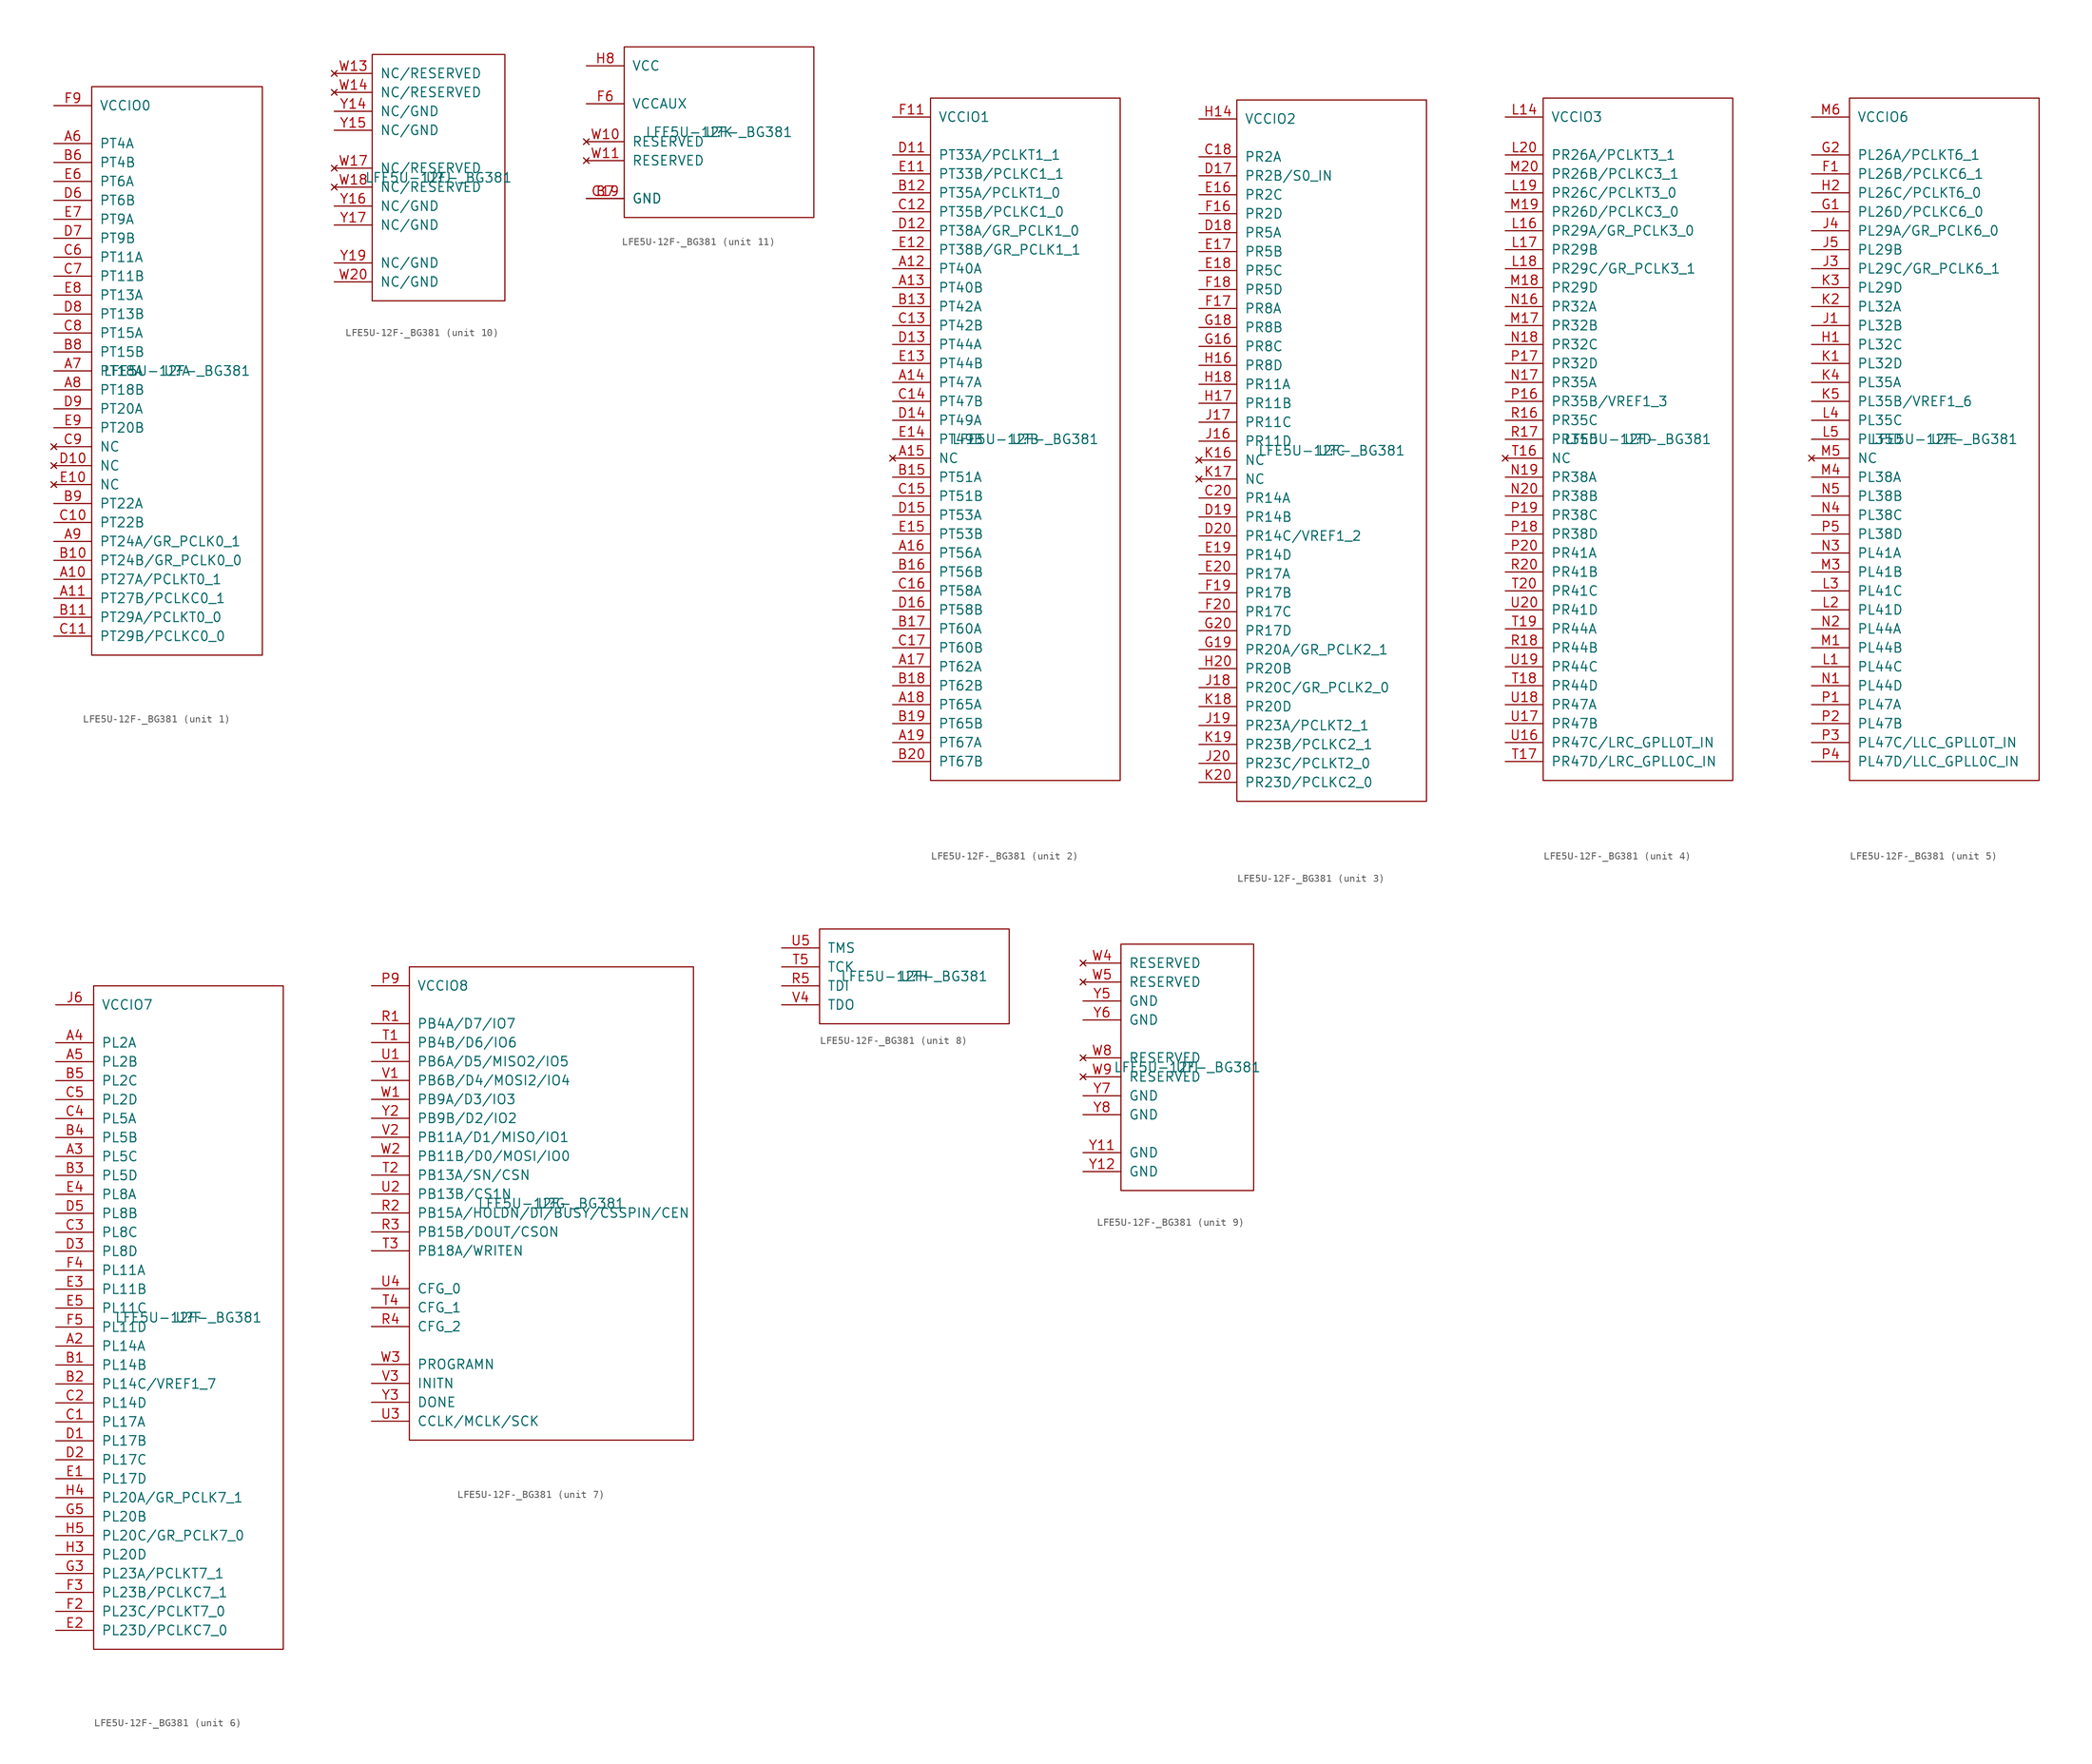
<source format=kicad_sym>
(kicad_symbol_lib
  (version 20201005)
  (generator kicad_symbol_editor)
  (symbol "lattice:LFE5U-12F-_BG381"
    (pin_names
      (offset 1.016))
    (property "Reference" "U"
      (at 0 0 0)
      (effects (font (size 1.27 1.27))))
    (property "Value" "LFE5U-12F-_BG381"
      (at 0 0 0)
      (effects (font (size 1.27 1.27))))
    (property "ki_locked" ""
      (at 0 0 0)
      (effects (font (size 1.27 1.27))))
    (symbol "LFE5U-12F-_BG381_1_1"
      (rectangle (start -11.43 38.1) (end 11.43 -38.1) (stroke (width 0)) (fill (type none)))
      (pin bidirectional line (at -16.51 -27.94 0) (length 5.08) (name "PT27A/PCLKT0_1" (effects (font (size 1.27 1.27)))) (number "A10" (effects (font (size 1.27 1.27)))))
      (pin bidirectional line (at -16.51 -30.48 0) (length 5.08) (name "PT27B/PCLKC0_1" (effects (font (size 1.27 1.27)))) (number "A11" (effects (font (size 1.27 1.27)))))
      (pin bidirectional line (at -16.51 30.48 0) (length 5.08) (name "PT4A" (effects (font (size 1.27 1.27)))) (number "A6" (effects (font (size 1.27 1.27)))))
      (pin bidirectional line (at -16.51 0 0) (length 5.08) (name "PT18A" (effects (font (size 1.27 1.27)))) (number "A7" (effects (font (size 1.27 1.27)))))
      (pin bidirectional line (at -16.51 -2.54 0) (length 5.08) (name "PT18B" (effects (font (size 1.27 1.27)))) (number "A8" (effects (font (size 1.27 1.27)))))
      (pin bidirectional line (at -16.51 -22.86 0) (length 5.08) (name "PT24A/GR_PCLK0_1" (effects (font (size 1.27 1.27)))) (number "A9" (effects (font (size 1.27 1.27)))))
      (pin bidirectional line (at -16.51 -25.4 0) (length 5.08) (name "PT24B/GR_PCLK0_0" (effects (font (size 1.27 1.27)))) (number "B10" (effects (font (size 1.27 1.27)))))
      (pin bidirectional line (at -16.51 -33.02 0) (length 5.08) (name "PT29A/PCLKT0_0" (effects (font (size 1.27 1.27)))) (number "B11" (effects (font (size 1.27 1.27)))))
      (pin bidirectional line (at -16.51 27.94 0) (length 5.08) (name "PT4B" (effects (font (size 1.27 1.27)))) (number "B6" (effects (font (size 1.27 1.27)))))
      (pin bidirectional line (at -16.51 2.54 0) (length 5.08) (name "PT15B" (effects (font (size 1.27 1.27)))) (number "B8" (effects (font (size 1.27 1.27)))))
      (pin bidirectional line (at -16.51 -17.78 0) (length 5.08) (name "PT22A" (effects (font (size 1.27 1.27)))) (number "B9" (effects (font (size 1.27 1.27)))))
      (pin bidirectional line (at -16.51 -20.32 0) (length 5.08) (name "PT22B" (effects (font (size 1.27 1.27)))) (number "C10" (effects (font (size 1.27 1.27)))))
      (pin bidirectional line (at -16.51 -35.56 0) (length 5.08) (name "PT29B/PCLKC0_0" (effects (font (size 1.27 1.27)))) (number "C11" (effects (font (size 1.27 1.27)))))
      (pin bidirectional line (at -16.51 15.24 0) (length 5.08) (name "PT11A" (effects (font (size 1.27 1.27)))) (number "C6" (effects (font (size 1.27 1.27)))))
      (pin bidirectional line (at -16.51 12.7 0) (length 5.08) (name "PT11B" (effects (font (size 1.27 1.27)))) (number "C7" (effects (font (size 1.27 1.27)))))
      (pin bidirectional line (at -16.51 5.08 0) (length 5.08) (name "PT15A" (effects (font (size 1.27 1.27)))) (number "C8" (effects (font (size 1.27 1.27)))))
      (pin no_connect line (at -16.51 -10.16 0) (length 5.08) (name "NC" (effects (font (size 1.27 1.27)))) (number "C9" (effects (font (size 1.27 1.27)))))
      (pin no_connect line (at -16.51 -12.7 0) (length 5.08) (name "NC" (effects (font (size 1.27 1.27)))) (number "D10" (effects (font (size 1.27 1.27)))))
      (pin bidirectional line (at -16.51 22.86 0) (length 5.08) (name "PT6B" (effects (font (size 1.27 1.27)))) (number "D6" (effects (font (size 1.27 1.27)))))
      (pin bidirectional line (at -16.51 17.78 0) (length 5.08) (name "PT9B" (effects (font (size 1.27 1.27)))) (number "D7" (effects (font (size 1.27 1.27)))))
      (pin bidirectional line (at -16.51 7.62 0) (length 5.08) (name "PT13B" (effects (font (size 1.27 1.27)))) (number "D8" (effects (font (size 1.27 1.27)))))
      (pin bidirectional line (at -16.51 -5.08 0) (length 5.08) (name "PT20A" (effects (font (size 1.27 1.27)))) (number "D9" (effects (font (size 1.27 1.27)))))
      (pin no_connect line (at -16.51 -15.24 0) (length 5.08) (name "NC" (effects (font (size 1.27 1.27)))) (number "E10" (effects (font (size 1.27 1.27)))))
      (pin bidirectional line (at -16.51 25.4 0) (length 5.08) (name "PT6A" (effects (font (size 1.27 1.27)))) (number "E6" (effects (font (size 1.27 1.27)))))
      (pin bidirectional line (at -16.51 20.32 0) (length 5.08) (name "PT9A" (effects (font (size 1.27 1.27)))) (number "E7" (effects (font (size 1.27 1.27)))))
      (pin bidirectional line (at -16.51 10.16 0) (length 5.08) (name "PT13A" (effects (font (size 1.27 1.27)))) (number "E8" (effects (font (size 1.27 1.27)))))
      (pin bidirectional line (at -16.51 -7.62 0) (length 5.08) (name "PT20B" (effects (font (size 1.27 1.27)))) (number "E9" (effects (font (size 1.27 1.27)))))
      (pin passive line (at -16.51 35.56 0) (length 5.08) hide (name "VCCIO0" (effects (font (size 1.27 1.27)))) (number "F10" (effects (font (size 1.27 1.27)))))
      (pin power_in line (at -16.51 35.56 0) (length 5.08) (name "VCCIO0" (effects (font (size 1.27 1.27)))) (number "F9" (effects (font (size 1.27 1.27))))))
    (symbol "LFE5U-12F-_BG381_2_1"
      (rectangle (start -12.7 45.72) (end 12.7 -45.72) (stroke (width 0)) (fill (type none)))
      (pin bidirectional line (at -17.78 22.86 0) (length 5.08) (name "PT40A" (effects (font (size 1.27 1.27)))) (number "A12" (effects (font (size 1.27 1.27)))))
      (pin bidirectional line (at -17.78 20.32 0) (length 5.08) (name "PT40B" (effects (font (size 1.27 1.27)))) (number "A13" (effects (font (size 1.27 1.27)))))
      (pin bidirectional line (at -17.78 7.62 0) (length 5.08) (name "PT47A" (effects (font (size 1.27 1.27)))) (number "A14" (effects (font (size 1.27 1.27)))))
      (pin no_connect line (at -17.78 -2.54 0) (length 5.08) (name "NC" (effects (font (size 1.27 1.27)))) (number "A15" (effects (font (size 1.27 1.27)))))
      (pin bidirectional line (at -17.78 -15.24 0) (length 5.08) (name "PT56A" (effects (font (size 1.27 1.27)))) (number "A16" (effects (font (size 1.27 1.27)))))
      (pin bidirectional line (at -17.78 -30.48 0) (length 5.08) (name "PT62A" (effects (font (size 1.27 1.27)))) (number "A17" (effects (font (size 1.27 1.27)))))
      (pin bidirectional line (at -17.78 -35.56 0) (length 5.08) (name "PT65A" (effects (font (size 1.27 1.27)))) (number "A18" (effects (font (size 1.27 1.27)))))
      (pin bidirectional line (at -17.78 -40.64 0) (length 5.08) (name "PT67A" (effects (font (size 1.27 1.27)))) (number "A19" (effects (font (size 1.27 1.27)))))
      (pin bidirectional line (at -17.78 33.02 0) (length 5.08) (name "PT35A/PCLKT1_0" (effects (font (size 1.27 1.27)))) (number "B12" (effects (font (size 1.27 1.27)))))
      (pin bidirectional line (at -17.78 17.78 0) (length 5.08) (name "PT42A" (effects (font (size 1.27 1.27)))) (number "B13" (effects (font (size 1.27 1.27)))))
      (pin bidirectional line (at -17.78 -5.08 0) (length 5.08) (name "PT51A" (effects (font (size 1.27 1.27)))) (number "B15" (effects (font (size 1.27 1.27)))))
      (pin bidirectional line (at -17.78 -17.78 0) (length 5.08) (name "PT56B" (effects (font (size 1.27 1.27)))) (number "B16" (effects (font (size 1.27 1.27)))))
      (pin bidirectional line (at -17.78 -25.4 0) (length 5.08) (name "PT60A" (effects (font (size 1.27 1.27)))) (number "B17" (effects (font (size 1.27 1.27)))))
      (pin bidirectional line (at -17.78 -33.02 0) (length 5.08) (name "PT62B" (effects (font (size 1.27 1.27)))) (number "B18" (effects (font (size 1.27 1.27)))))
      (pin bidirectional line (at -17.78 -38.1 0) (length 5.08) (name "PT65B" (effects (font (size 1.27 1.27)))) (number "B19" (effects (font (size 1.27 1.27)))))
      (pin bidirectional line (at -17.78 -43.18 0) (length 5.08) (name "PT67B" (effects (font (size 1.27 1.27)))) (number "B20" (effects (font (size 1.27 1.27)))))
      (pin bidirectional line (at -17.78 30.48 0) (length 5.08) (name "PT35B/PCLKC1_0" (effects (font (size 1.27 1.27)))) (number "C12" (effects (font (size 1.27 1.27)))))
      (pin bidirectional line (at -17.78 15.24 0) (length 5.08) (name "PT42B" (effects (font (size 1.27 1.27)))) (number "C13" (effects (font (size 1.27 1.27)))))
      (pin bidirectional line (at -17.78 5.08 0) (length 5.08) (name "PT47B" (effects (font (size 1.27 1.27)))) (number "C14" (effects (font (size 1.27 1.27)))))
      (pin bidirectional line (at -17.78 -7.62 0) (length 5.08) (name "PT51B" (effects (font (size 1.27 1.27)))) (number "C15" (effects (font (size 1.27 1.27)))))
      (pin bidirectional line (at -17.78 -20.32 0) (length 5.08) (name "PT58A" (effects (font (size 1.27 1.27)))) (number "C16" (effects (font (size 1.27 1.27)))))
      (pin bidirectional line (at -17.78 -27.94 0) (length 5.08) (name "PT60B" (effects (font (size 1.27 1.27)))) (number "C17" (effects (font (size 1.27 1.27)))))
      (pin bidirectional line (at -17.78 38.1 0) (length 5.08) (name "PT33A/PCLKT1_1" (effects (font (size 1.27 1.27)))) (number "D11" (effects (font (size 1.27 1.27)))))
      (pin bidirectional line (at -17.78 27.94 0) (length 5.08) (name "PT38A/GR_PCLK1_0" (effects (font (size 1.27 1.27)))) (number "D12" (effects (font (size 1.27 1.27)))))
      (pin bidirectional line (at -17.78 12.7 0) (length 5.08) (name "PT44A" (effects (font (size 1.27 1.27)))) (number "D13" (effects (font (size 1.27 1.27)))))
      (pin bidirectional line (at -17.78 2.54 0) (length 5.08) (name "PT49A" (effects (font (size 1.27 1.27)))) (number "D14" (effects (font (size 1.27 1.27)))))
      (pin bidirectional line (at -17.78 -10.16 0) (length 5.08) (name "PT53A" (effects (font (size 1.27 1.27)))) (number "D15" (effects (font (size 1.27 1.27)))))
      (pin bidirectional line (at -17.78 -22.86 0) (length 5.08) (name "PT58B" (effects (font (size 1.27 1.27)))) (number "D16" (effects (font (size 1.27 1.27)))))
      (pin bidirectional line (at -17.78 35.56 0) (length 5.08) (name "PT33B/PCLKC1_1" (effects (font (size 1.27 1.27)))) (number "E11" (effects (font (size 1.27 1.27)))))
      (pin bidirectional line (at -17.78 25.4 0) (length 5.08) (name "PT38B/GR_PCLK1_1" (effects (font (size 1.27 1.27)))) (number "E12" (effects (font (size 1.27 1.27)))))
      (pin bidirectional line (at -17.78 10.16 0) (length 5.08) (name "PT44B" (effects (font (size 1.27 1.27)))) (number "E13" (effects (font (size 1.27 1.27)))))
      (pin bidirectional line (at -17.78 0 0) (length 5.08) (name "PT49B" (effects (font (size 1.27 1.27)))) (number "E14" (effects (font (size 1.27 1.27)))))
      (pin bidirectional line (at -17.78 -12.7 0) (length 5.08) (name "PT53B" (effects (font (size 1.27 1.27)))) (number "E15" (effects (font (size 1.27 1.27)))))
      (pin power_in line (at -17.78 43.18 0) (length 5.08) (name "VCCIO1" (effects (font (size 1.27 1.27)))) (number "F11" (effects (font (size 1.27 1.27)))))
      (pin passive line (at -17.78 43.18 0) (length 5.08) hide (name "VCCIO1" (effects (font (size 1.27 1.27)))) (number "F12" (effects (font (size 1.27 1.27))))))
    (symbol "LFE5U-12F-_BG381_3_1"
      (rectangle (start -12.7 46.99) (end 12.7 -46.99) (stroke (width 0)) (fill (type none)))
      (pin bidirectional line (at -17.78 39.37 0) (length 5.08) (name "PR2A" (effects (font (size 1.27 1.27)))) (number "C18" (effects (font (size 1.27 1.27)))))
      (pin bidirectional line (at -17.78 -6.35 0) (length 5.08) (name "PR14A" (effects (font (size 1.27 1.27)))) (number "C20" (effects (font (size 1.27 1.27)))))
      (pin bidirectional line (at -17.78 36.83 0) (length 5.08) (name "PR2B/S0_IN" (effects (font (size 1.27 1.27)))) (number "D17" (effects (font (size 1.27 1.27)))))
      (pin bidirectional line (at -17.78 29.21 0) (length 5.08) (name "PR5A" (effects (font (size 1.27 1.27)))) (number "D18" (effects (font (size 1.27 1.27)))))
      (pin bidirectional line (at -17.78 -8.89 0) (length 5.08) (name "PR14B" (effects (font (size 1.27 1.27)))) (number "D19" (effects (font (size 1.27 1.27)))))
      (pin bidirectional line (at -17.78 -11.43 0) (length 5.08) (name "PR14C/VREF1_2" (effects (font (size 1.27 1.27)))) (number "D20" (effects (font (size 1.27 1.27)))))
      (pin bidirectional line (at -17.78 34.29 0) (length 5.08) (name "PR2C" (effects (font (size 1.27 1.27)))) (number "E16" (effects (font (size 1.27 1.27)))))
      (pin bidirectional line (at -17.78 26.67 0) (length 5.08) (name "PR5B" (effects (font (size 1.27 1.27)))) (number "E17" (effects (font (size 1.27 1.27)))))
      (pin bidirectional line (at -17.78 24.13 0) (length 5.08) (name "PR5C" (effects (font (size 1.27 1.27)))) (number "E18" (effects (font (size 1.27 1.27)))))
      (pin bidirectional line (at -17.78 -13.97 0) (length 5.08) (name "PR14D" (effects (font (size 1.27 1.27)))) (number "E19" (effects (font (size 1.27 1.27)))))
      (pin bidirectional line (at -17.78 -16.51 0) (length 5.08) (name "PR17A" (effects (font (size 1.27 1.27)))) (number "E20" (effects (font (size 1.27 1.27)))))
      (pin bidirectional line (at -17.78 31.75 0) (length 5.08) (name "PR2D" (effects (font (size 1.27 1.27)))) (number "F16" (effects (font (size 1.27 1.27)))))
      (pin bidirectional line (at -17.78 19.05 0) (length 5.08) (name "PR8A" (effects (font (size 1.27 1.27)))) (number "F17" (effects (font (size 1.27 1.27)))))
      (pin bidirectional line (at -17.78 21.59 0) (length 5.08) (name "PR5D" (effects (font (size 1.27 1.27)))) (number "F18" (effects (font (size 1.27 1.27)))))
      (pin bidirectional line (at -17.78 -19.05 0) (length 5.08) (name "PR17B" (effects (font (size 1.27 1.27)))) (number "F19" (effects (font (size 1.27 1.27)))))
      (pin bidirectional line (at -17.78 -21.59 0) (length 5.08) (name "PR17C" (effects (font (size 1.27 1.27)))) (number "F20" (effects (font (size 1.27 1.27)))))
      (pin bidirectional line (at -17.78 13.97 0) (length 5.08) (name "PR8C" (effects (font (size 1.27 1.27)))) (number "G16" (effects (font (size 1.27 1.27)))))
      (pin bidirectional line (at -17.78 16.51 0) (length 5.08) (name "PR8B" (effects (font (size 1.27 1.27)))) (number "G18" (effects (font (size 1.27 1.27)))))
      (pin bidirectional line (at -17.78 -26.67 0) (length 5.08) (name "PR20A/GR_PCLK2_1" (effects (font (size 1.27 1.27)))) (number "G19" (effects (font (size 1.27 1.27)))))
      (pin bidirectional line (at -17.78 -24.13 0) (length 5.08) (name "PR17D" (effects (font (size 1.27 1.27)))) (number "G20" (effects (font (size 1.27 1.27)))))
      (pin power_in line (at -17.78 44.45 0) (length 5.08) (name "VCCIO2" (effects (font (size 1.27 1.27)))) (number "H14" (effects (font (size 1.27 1.27)))))
      (pin passive line (at -17.78 44.45 0) (length 5.08) hide (name "VCCIO2" (effects (font (size 1.27 1.27)))) (number "H15" (effects (font (size 1.27 1.27)))))
      (pin bidirectional line (at -17.78 11.43 0) (length 5.08) (name "PR8D" (effects (font (size 1.27 1.27)))) (number "H16" (effects (font (size 1.27 1.27)))))
      (pin bidirectional line (at -17.78 6.35 0) (length 5.08) (name "PR11B" (effects (font (size 1.27 1.27)))) (number "H17" (effects (font (size 1.27 1.27)))))
      (pin bidirectional line (at -17.78 8.89 0) (length 5.08) (name "PR11A" (effects (font (size 1.27 1.27)))) (number "H18" (effects (font (size 1.27 1.27)))))
      (pin bidirectional line (at -17.78 -29.21 0) (length 5.08) (name "PR20B" (effects (font (size 1.27 1.27)))) (number "H20" (effects (font (size 1.27 1.27)))))
      (pin passive line (at -17.78 44.45 0) (length 5.08) hide (name "VCCIO2" (effects (font (size 1.27 1.27)))) (number "J15" (effects (font (size 1.27 1.27)))))
      (pin bidirectional line (at -17.78 1.27 0) (length 5.08) (name "PR11D" (effects (font (size 1.27 1.27)))) (number "J16" (effects (font (size 1.27 1.27)))))
      (pin bidirectional line (at -17.78 3.81 0) (length 5.08) (name "PR11C" (effects (font (size 1.27 1.27)))) (number "J17" (effects (font (size 1.27 1.27)))))
      (pin bidirectional line (at -17.78 -31.75 0) (length 5.08) (name "PR20C/GR_PCLK2_0" (effects (font (size 1.27 1.27)))) (number "J18" (effects (font (size 1.27 1.27)))))
      (pin bidirectional line (at -17.78 -36.83 0) (length 5.08) (name "PR23A/PCLKT2_1" (effects (font (size 1.27 1.27)))) (number "J19" (effects (font (size 1.27 1.27)))))
      (pin bidirectional line (at -17.78 -41.91 0) (length 5.08) (name "PR23C/PCLKT2_0" (effects (font (size 1.27 1.27)))) (number "J20" (effects (font (size 1.27 1.27)))))
      (pin no_connect line (at -17.78 -1.27 0) (length 5.08) (name "NC" (effects (font (size 1.27 1.27)))) (number "K16" (effects (font (size 1.27 1.27)))))
      (pin no_connect line (at -17.78 -3.81 0) (length 5.08) (name "NC" (effects (font (size 1.27 1.27)))) (number "K17" (effects (font (size 1.27 1.27)))))
      (pin bidirectional line (at -17.78 -34.29 0) (length 5.08) (name "PR20D" (effects (font (size 1.27 1.27)))) (number "K18" (effects (font (size 1.27 1.27)))))
      (pin bidirectional line (at -17.78 -39.37 0) (length 5.08) (name "PR23B/PCLKC2_1" (effects (font (size 1.27 1.27)))) (number "K19" (effects (font (size 1.27 1.27)))))
      (pin bidirectional line (at -17.78 -44.45 0) (length 5.08) (name "PR23D/PCLKC2_0" (effects (font (size 1.27 1.27)))) (number "K20" (effects (font (size 1.27 1.27))))))
    (symbol "LFE5U-12F-_BG381_4_1"
      (rectangle (start -12.7 45.72) (end 12.7 -45.72) (stroke (width 0)) (fill (type none)))
      (pin power_in line (at -17.78 43.18 0) (length 5.08) (name "VCCIO3" (effects (font (size 1.27 1.27)))) (number "L14" (effects (font (size 1.27 1.27)))))
      (pin passive line (at -17.78 43.18 0) (length 5.08) hide (name "VCCIO3" (effects (font (size 1.27 1.27)))) (number "L15" (effects (font (size 1.27 1.27)))))
      (pin bidirectional line (at -17.78 27.94 0) (length 5.08) (name "PR29A/GR_PCLK3_0" (effects (font (size 1.27 1.27)))) (number "L16" (effects (font (size 1.27 1.27)))))
      (pin bidirectional line (at -17.78 25.4 0) (length 5.08) (name "PR29B" (effects (font (size 1.27 1.27)))) (number "L17" (effects (font (size 1.27 1.27)))))
      (pin bidirectional line (at -17.78 22.86 0) (length 5.08) (name "PR29C/GR_PCLK3_1" (effects (font (size 1.27 1.27)))) (number "L18" (effects (font (size 1.27 1.27)))))
      (pin bidirectional line (at -17.78 33.02 0) (length 5.08) (name "PR26C/PCLKT3_0" (effects (font (size 1.27 1.27)))) (number "L19" (effects (font (size 1.27 1.27)))))
      (pin bidirectional line (at -17.78 38.1 0) (length 5.08) (name "PR26A/PCLKT3_1" (effects (font (size 1.27 1.27)))) (number "L20" (effects (font (size 1.27 1.27)))))
      (pin passive line (at -17.78 43.18 0) (length 5.08) hide (name "VCCIO3" (effects (font (size 1.27 1.27)))) (number "M15" (effects (font (size 1.27 1.27)))))
      (pin bidirectional line (at -17.78 15.24 0) (length 5.08) (name "PR32B" (effects (font (size 1.27 1.27)))) (number "M17" (effects (font (size 1.27 1.27)))))
      (pin bidirectional line (at -17.78 20.32 0) (length 5.08) (name "PR29D" (effects (font (size 1.27 1.27)))) (number "M18" (effects (font (size 1.27 1.27)))))
      (pin bidirectional line (at -17.78 30.48 0) (length 5.08) (name "PR26D/PCLKC3_0" (effects (font (size 1.27 1.27)))) (number "M19" (effects (font (size 1.27 1.27)))))
      (pin bidirectional line (at -17.78 35.56 0) (length 5.08) (name "PR26B/PCLKC3_1" (effects (font (size 1.27 1.27)))) (number "M20" (effects (font (size 1.27 1.27)))))
      (pin bidirectional line (at -17.78 17.78 0) (length 5.08) (name "PR32A" (effects (font (size 1.27 1.27)))) (number "N16" (effects (font (size 1.27 1.27)))))
      (pin bidirectional line (at -17.78 7.62 0) (length 5.08) (name "PR35A" (effects (font (size 1.27 1.27)))) (number "N17" (effects (font (size 1.27 1.27)))))
      (pin bidirectional line (at -17.78 12.7 0) (length 5.08) (name "PR32C" (effects (font (size 1.27 1.27)))) (number "N18" (effects (font (size 1.27 1.27)))))
      (pin bidirectional line (at -17.78 -5.08 0) (length 5.08) (name "PR38A" (effects (font (size 1.27 1.27)))) (number "N19" (effects (font (size 1.27 1.27)))))
      (pin bidirectional line (at -17.78 -7.62 0) (length 5.08) (name "PR38B" (effects (font (size 1.27 1.27)))) (number "N20" (effects (font (size 1.27 1.27)))))
      (pin bidirectional line (at -17.78 5.08 0) (length 5.08) (name "PR35B/VREF1_3" (effects (font (size 1.27 1.27)))) (number "P16" (effects (font (size 1.27 1.27)))))
      (pin bidirectional line (at -17.78 10.16 0) (length 5.08) (name "PR32D" (effects (font (size 1.27 1.27)))) (number "P17" (effects (font (size 1.27 1.27)))))
      (pin bidirectional line (at -17.78 -12.7 0) (length 5.08) (name "PR38D" (effects (font (size 1.27 1.27)))) (number "P18" (effects (font (size 1.27 1.27)))))
      (pin bidirectional line (at -17.78 -10.16 0) (length 5.08) (name "PR38C" (effects (font (size 1.27 1.27)))) (number "P19" (effects (font (size 1.27 1.27)))))
      (pin bidirectional line (at -17.78 -15.24 0) (length 5.08) (name "PR41A" (effects (font (size 1.27 1.27)))) (number "P20" (effects (font (size 1.27 1.27)))))
      (pin bidirectional line (at -17.78 2.54 0) (length 5.08) (name "PR35C" (effects (font (size 1.27 1.27)))) (number "R16" (effects (font (size 1.27 1.27)))))
      (pin bidirectional line (at -17.78 0 0) (length 5.08) (name "PR35D" (effects (font (size 1.27 1.27)))) (number "R17" (effects (font (size 1.27 1.27)))))
      (pin bidirectional line (at -17.78 -27.94 0) (length 5.08) (name "PR44B" (effects (font (size 1.27 1.27)))) (number "R18" (effects (font (size 1.27 1.27)))))
      (pin bidirectional line (at -17.78 -17.78 0) (length 5.08) (name "PR41B" (effects (font (size 1.27 1.27)))) (number "R20" (effects (font (size 1.27 1.27)))))
      (pin no_connect line (at -17.78 -2.54 0) (length 5.08) (name "NC" (effects (font (size 1.27 1.27)))) (number "T16" (effects (font (size 1.27 1.27)))))
      (pin bidirectional line (at -17.78 -43.18 0) (length 5.08) (name "PR47D/LRC_GPLL0C_IN" (effects (font (size 1.27 1.27)))) (number "T17" (effects (font (size 1.27 1.27)))))
      (pin bidirectional line (at -17.78 -33.02 0) (length 5.08) (name "PR44D" (effects (font (size 1.27 1.27)))) (number "T18" (effects (font (size 1.27 1.27)))))
      (pin bidirectional line (at -17.78 -25.4 0) (length 5.08) (name "PR44A" (effects (font (size 1.27 1.27)))) (number "T19" (effects (font (size 1.27 1.27)))))
      (pin bidirectional line (at -17.78 -20.32 0) (length 5.08) (name "PR41C" (effects (font (size 1.27 1.27)))) (number "T20" (effects (font (size 1.27 1.27)))))
      (pin bidirectional line (at -17.78 -40.64 0) (length 5.08) (name "PR47C/LRC_GPLL0T_IN" (effects (font (size 1.27 1.27)))) (number "U16" (effects (font (size 1.27 1.27)))))
      (pin bidirectional line (at -17.78 -38.1 0) (length 5.08) (name "PR47B" (effects (font (size 1.27 1.27)))) (number "U17" (effects (font (size 1.27 1.27)))))
      (pin bidirectional line (at -17.78 -35.56 0) (length 5.08) (name "PR47A" (effects (font (size 1.27 1.27)))) (number "U18" (effects (font (size 1.27 1.27)))))
      (pin bidirectional line (at -17.78 -30.48 0) (length 5.08) (name "PR44C" (effects (font (size 1.27 1.27)))) (number "U19" (effects (font (size 1.27 1.27)))))
      (pin bidirectional line (at -17.78 -22.86 0) (length 5.08) (name "PR41D" (effects (font (size 1.27 1.27)))) (number "U20" (effects (font (size 1.27 1.27))))))
    (symbol "LFE5U-12F-_BG381_5_1"
      (rectangle (start -12.7 45.72) (end 12.7 -45.72) (stroke (width 0)) (fill (type none)))
      (pin bidirectional line (at -17.78 35.56 0) (length 5.08) (name "PL26B/PCLKC6_1" (effects (font (size 1.27 1.27)))) (number "F1" (effects (font (size 1.27 1.27)))))
      (pin bidirectional line (at -17.78 30.48 0) (length 5.08) (name "PL26D/PCLKC6_0" (effects (font (size 1.27 1.27)))) (number "G1" (effects (font (size 1.27 1.27)))))
      (pin bidirectional line (at -17.78 38.1 0) (length 5.08) (name "PL26A/PCLKT6_1" (effects (font (size 1.27 1.27)))) (number "G2" (effects (font (size 1.27 1.27)))))
      (pin bidirectional line (at -17.78 12.7 0) (length 5.08) (name "PL32C" (effects (font (size 1.27 1.27)))) (number "H1" (effects (font (size 1.27 1.27)))))
      (pin bidirectional line (at -17.78 33.02 0) (length 5.08) (name "PL26C/PCLKT6_0" (effects (font (size 1.27 1.27)))) (number "H2" (effects (font (size 1.27 1.27)))))
      (pin bidirectional line (at -17.78 15.24 0) (length 5.08) (name "PL32B" (effects (font (size 1.27 1.27)))) (number "J1" (effects (font (size 1.27 1.27)))))
      (pin bidirectional line (at -17.78 22.86 0) (length 5.08) (name "PL29C/GR_PCLK6_1" (effects (font (size 1.27 1.27)))) (number "J3" (effects (font (size 1.27 1.27)))))
      (pin bidirectional line (at -17.78 27.94 0) (length 5.08) (name "PL29A/GR_PCLK6_0" (effects (font (size 1.27 1.27)))) (number "J4" (effects (font (size 1.27 1.27)))))
      (pin bidirectional line (at -17.78 25.4 0) (length 5.08) (name "PL29B" (effects (font (size 1.27 1.27)))) (number "J5" (effects (font (size 1.27 1.27)))))
      (pin bidirectional line (at -17.78 10.16 0) (length 5.08) (name "PL32D" (effects (font (size 1.27 1.27)))) (number "K1" (effects (font (size 1.27 1.27)))))
      (pin bidirectional line (at -17.78 17.78 0) (length 5.08) (name "PL32A" (effects (font (size 1.27 1.27)))) (number "K2" (effects (font (size 1.27 1.27)))))
      (pin bidirectional line (at -17.78 20.32 0) (length 5.08) (name "PL29D" (effects (font (size 1.27 1.27)))) (number "K3" (effects (font (size 1.27 1.27)))))
      (pin bidirectional line (at -17.78 7.62 0) (length 5.08) (name "PL35A" (effects (font (size 1.27 1.27)))) (number "K4" (effects (font (size 1.27 1.27)))))
      (pin bidirectional line (at -17.78 5.08 0) (length 5.08) (name "PL35B/VREF1_6" (effects (font (size 1.27 1.27)))) (number "K5" (effects (font (size 1.27 1.27)))))
      (pin bidirectional line (at -17.78 -30.48 0) (length 5.08) (name "PL44C" (effects (font (size 1.27 1.27)))) (number "L1" (effects (font (size 1.27 1.27)))))
      (pin bidirectional line (at -17.78 -22.86 0) (length 5.08) (name "PL41D" (effects (font (size 1.27 1.27)))) (number "L2" (effects (font (size 1.27 1.27)))))
      (pin bidirectional line (at -17.78 -20.32 0) (length 5.08) (name "PL41C" (effects (font (size 1.27 1.27)))) (number "L3" (effects (font (size 1.27 1.27)))))
      (pin bidirectional line (at -17.78 2.54 0) (length 5.08) (name "PL35C" (effects (font (size 1.27 1.27)))) (number "L4" (effects (font (size 1.27 1.27)))))
      (pin bidirectional line (at -17.78 0 0) (length 5.08) (name "PL35D" (effects (font (size 1.27 1.27)))) (number "L5" (effects (font (size 1.27 1.27)))))
      (pin passive line (at -17.78 43.18 0) (length 5.08) hide (name "VCCIO6" (effects (font (size 1.27 1.27)))) (number "L6" (effects (font (size 1.27 1.27)))))
      (pin passive line (at -17.78 43.18 0) (length 5.08) hide (name "VCCIO6" (effects (font (size 1.27 1.27)))) (number "L7" (effects (font (size 1.27 1.27)))))
      (pin bidirectional line (at -17.78 -27.94 0) (length 5.08) (name "PL44B" (effects (font (size 1.27 1.27)))) (number "M1" (effects (font (size 1.27 1.27)))))
      (pin bidirectional line (at -17.78 -17.78 0) (length 5.08) (name "PL41B" (effects (font (size 1.27 1.27)))) (number "M3" (effects (font (size 1.27 1.27)))))
      (pin bidirectional line (at -17.78 -5.08 0) (length 5.08) (name "PL38A" (effects (font (size 1.27 1.27)))) (number "M4" (effects (font (size 1.27 1.27)))))
      (pin no_connect line (at -17.78 -2.54 0) (length 5.08) (name "NC" (effects (font (size 1.27 1.27)))) (number "M5" (effects (font (size 1.27 1.27)))))
      (pin power_in line (at -17.78 43.18 0) (length 5.08) (name "VCCIO6" (effects (font (size 1.27 1.27)))) (number "M6" (effects (font (size 1.27 1.27)))))
      (pin bidirectional line (at -17.78 -33.02 0) (length 5.08) (name "PL44D" (effects (font (size 1.27 1.27)))) (number "N1" (effects (font (size 1.27 1.27)))))
      (pin bidirectional line (at -17.78 -25.4 0) (length 5.08) (name "PL44A" (effects (font (size 1.27 1.27)))) (number "N2" (effects (font (size 1.27 1.27)))))
      (pin bidirectional line (at -17.78 -15.24 0) (length 5.08) (name "PL41A" (effects (font (size 1.27 1.27)))) (number "N3" (effects (font (size 1.27 1.27)))))
      (pin bidirectional line (at -17.78 -10.16 0) (length 5.08) (name "PL38C" (effects (font (size 1.27 1.27)))) (number "N4" (effects (font (size 1.27 1.27)))))
      (pin bidirectional line (at -17.78 -7.62 0) (length 5.08) (name "PL38B" (effects (font (size 1.27 1.27)))) (number "N5" (effects (font (size 1.27 1.27)))))
      (pin bidirectional line (at -17.78 -35.56 0) (length 5.08) (name "PL47A" (effects (font (size 1.27 1.27)))) (number "P1" (effects (font (size 1.27 1.27)))))
      (pin bidirectional line (at -17.78 -38.1 0) (length 5.08) (name "PL47B" (effects (font (size 1.27 1.27)))) (number "P2" (effects (font (size 1.27 1.27)))))
      (pin bidirectional line (at -17.78 -40.64 0) (length 5.08) (name "PL47C/LLC_GPLL0T_IN" (effects (font (size 1.27 1.27)))) (number "P3" (effects (font (size 1.27 1.27)))))
      (pin bidirectional line (at -17.78 -43.18 0) (length 5.08) (name "PL47D/LLC_GPLL0C_IN" (effects (font (size 1.27 1.27)))) (number "P4" (effects (font (size 1.27 1.27)))))
      (pin bidirectional line (at -17.78 -12.7 0) (length 5.08) (name "PL38D" (effects (font (size 1.27 1.27)))) (number "P5" (effects (font (size 1.27 1.27))))))
    (symbol "LFE5U-12F-_BG381_6_1"
      (rectangle (start -12.7 44.45) (end 12.7 -44.45) (stroke (width 0)) (fill (type none)))
      (pin bidirectional line (at -17.78 -3.81 0) (length 5.08) (name "PL14A" (effects (font (size 1.27 1.27)))) (number "A2" (effects (font (size 1.27 1.27)))))
      (pin bidirectional line (at -17.78 21.59 0) (length 5.08) (name "PL5C" (effects (font (size 1.27 1.27)))) (number "A3" (effects (font (size 1.27 1.27)))))
      (pin bidirectional line (at -17.78 36.83 0) (length 5.08) (name "PL2A" (effects (font (size 1.27 1.27)))) (number "A4" (effects (font (size 1.27 1.27)))))
      (pin bidirectional line (at -17.78 34.29 0) (length 5.08) (name "PL2B" (effects (font (size 1.27 1.27)))) (number "A5" (effects (font (size 1.27 1.27)))))
      (pin bidirectional line (at -17.78 -6.35 0) (length 5.08) (name "PL14B" (effects (font (size 1.27 1.27)))) (number "B1" (effects (font (size 1.27 1.27)))))
      (pin bidirectional line (at -17.78 -8.89 0) (length 5.08) (name "PL14C/VREF1_7" (effects (font (size 1.27 1.27)))) (number "B2" (effects (font (size 1.27 1.27)))))
      (pin bidirectional line (at -17.78 19.05 0) (length 5.08) (name "PL5D" (effects (font (size 1.27 1.27)))) (number "B3" (effects (font (size 1.27 1.27)))))
      (pin bidirectional line (at -17.78 24.13 0) (length 5.08) (name "PL5B" (effects (font (size 1.27 1.27)))) (number "B4" (effects (font (size 1.27 1.27)))))
      (pin bidirectional line (at -17.78 31.75 0) (length 5.08) (name "PL2C" (effects (font (size 1.27 1.27)))) (number "B5" (effects (font (size 1.27 1.27)))))
      (pin bidirectional line (at -17.78 -13.97 0) (length 5.08) (name "PL17A" (effects (font (size 1.27 1.27)))) (number "C1" (effects (font (size 1.27 1.27)))))
      (pin bidirectional line (at -17.78 -11.43 0) (length 5.08) (name "PL14D" (effects (font (size 1.27 1.27)))) (number "C2" (effects (font (size 1.27 1.27)))))
      (pin bidirectional line (at -17.78 11.43 0) (length 5.08) (name "PL8C" (effects (font (size 1.27 1.27)))) (number "C3" (effects (font (size 1.27 1.27)))))
      (pin bidirectional line (at -17.78 26.67 0) (length 5.08) (name "PL5A" (effects (font (size 1.27 1.27)))) (number "C4" (effects (font (size 1.27 1.27)))))
      (pin bidirectional line (at -17.78 29.21 0) (length 5.08) (name "PL2D" (effects (font (size 1.27 1.27)))) (number "C5" (effects (font (size 1.27 1.27)))))
      (pin bidirectional line (at -17.78 -16.51 0) (length 5.08) (name "PL17B" (effects (font (size 1.27 1.27)))) (number "D1" (effects (font (size 1.27 1.27)))))
      (pin bidirectional line (at -17.78 -19.05 0) (length 5.08) (name "PL17C" (effects (font (size 1.27 1.27)))) (number "D2" (effects (font (size 1.27 1.27)))))
      (pin bidirectional line (at -17.78 8.89 0) (length 5.08) (name "PL8D" (effects (font (size 1.27 1.27)))) (number "D3" (effects (font (size 1.27 1.27)))))
      (pin bidirectional line (at -17.78 13.97 0) (length 5.08) (name "PL8B" (effects (font (size 1.27 1.27)))) (number "D5" (effects (font (size 1.27 1.27)))))
      (pin bidirectional line (at -17.78 -21.59 0) (length 5.08) (name "PL17D" (effects (font (size 1.27 1.27)))) (number "E1" (effects (font (size 1.27 1.27)))))
      (pin bidirectional line (at -17.78 -41.91 0) (length 5.08) (name "PL23D/PCLKC7_0" (effects (font (size 1.27 1.27)))) (number "E2" (effects (font (size 1.27 1.27)))))
      (pin bidirectional line (at -17.78 3.81 0) (length 5.08) (name "PL11B" (effects (font (size 1.27 1.27)))) (number "E3" (effects (font (size 1.27 1.27)))))
      (pin bidirectional line (at -17.78 16.51 0) (length 5.08) (name "PL8A" (effects (font (size 1.27 1.27)))) (number "E4" (effects (font (size 1.27 1.27)))))
      (pin bidirectional line (at -17.78 1.27 0) (length 5.08) (name "PL11C" (effects (font (size 1.27 1.27)))) (number "E5" (effects (font (size 1.27 1.27)))))
      (pin bidirectional line (at -17.78 -39.37 0) (length 5.08) (name "PL23C/PCLKT7_0" (effects (font (size 1.27 1.27)))) (number "F2" (effects (font (size 1.27 1.27)))))
      (pin bidirectional line (at -17.78 -36.83 0) (length 5.08) (name "PL23B/PCLKC7_1" (effects (font (size 1.27 1.27)))) (number "F3" (effects (font (size 1.27 1.27)))))
      (pin bidirectional line (at -17.78 6.35 0) (length 5.08) (name "PL11A" (effects (font (size 1.27 1.27)))) (number "F4" (effects (font (size 1.27 1.27)))))
      (pin bidirectional line (at -17.78 -1.27 0) (length 5.08) (name "PL11D" (effects (font (size 1.27 1.27)))) (number "F5" (effects (font (size 1.27 1.27)))))
      (pin bidirectional line (at -17.78 -34.29 0) (length 5.08) (name "PL23A/PCLKT7_1" (effects (font (size 1.27 1.27)))) (number "G3" (effects (font (size 1.27 1.27)))))
      (pin bidirectional line (at -17.78 -26.67 0) (length 5.08) (name "PL20B" (effects (font (size 1.27 1.27)))) (number "G5" (effects (font (size 1.27 1.27)))))
      (pin bidirectional line (at -17.78 -31.75 0) (length 5.08) (name "PL20D" (effects (font (size 1.27 1.27)))) (number "H3" (effects (font (size 1.27 1.27)))))
      (pin bidirectional line (at -17.78 -24.13 0) (length 5.08) (name "PL20A/GR_PCLK7_1" (effects (font (size 1.27 1.27)))) (number "H4" (effects (font (size 1.27 1.27)))))
      (pin bidirectional line (at -17.78 -29.21 0) (length 5.08) (name "PL20C/GR_PCLK7_0" (effects (font (size 1.27 1.27)))) (number "H5" (effects (font (size 1.27 1.27)))))
      (pin passive line (at -17.78 41.91 0) (length 5.08) hide (name "VCCIO7" (effects (font (size 1.27 1.27)))) (number "H6" (effects (font (size 1.27 1.27)))))
      (pin passive line (at -17.78 41.91 0) (length 5.08) hide (name "VCCIO7" (effects (font (size 1.27 1.27)))) (number "H7" (effects (font (size 1.27 1.27)))))
      (pin power_in line (at -17.78 41.91 0) (length 5.08) (name "VCCIO7" (effects (font (size 1.27 1.27)))) (number "J6" (effects (font (size 1.27 1.27))))))
    (symbol "LFE5U-12F-_BG381_7_1"
      (rectangle (start -19.05 31.75) (end 19.05 -31.75) (stroke (width 0)) (fill (type none)))
      (pin passive line (at -24.13 29.21 0) (length 5.08) hide (name "VCCIO8" (effects (font (size 1.27 1.27)))) (number "P10" (effects (font (size 1.27 1.27)))))
      (pin power_in line (at -24.13 29.21 0) (length 5.08) (name "VCCIO8" (effects (font (size 1.27 1.27)))) (number "P9" (effects (font (size 1.27 1.27)))))
      (pin bidirectional line (at -24.13 24.13 0) (length 5.08) (name "PB4A/D7/IO7" (effects (font (size 1.27 1.27)))) (number "R1" (effects (font (size 1.27 1.27)))) (alternate "D7" bidirectional line) (alternate "IO7" bidirectional line) (alternate "PB4A" bidirectional line))
      (pin bidirectional line (at -24.13 -1.27 0) (length 5.08) (name "PB15A/HOLDN/DI/BUSY/CSSPIN/CEN" (effects (font (size 1.27 1.27)))) (number "R2" (effects (font (size 1.27 1.27)))) (alternate "BUSY" bidirectional line) (alternate "CEN" bidirectional line) (alternate "CSSPIN" bidirectional line) (alternate "DI" bidirectional line) (alternate "HOLDN" bidirectional line) (alternate "PB15A" bidirectional line))
      (pin bidirectional line (at -24.13 -3.81 0) (length 5.08) (name "PB15B/DOUT/CSON" (effects (font (size 1.27 1.27)))) (number "R3" (effects (font (size 1.27 1.27)))) (alternate "CSON" bidirectional line) (alternate "DOUT" bidirectional line) (alternate "PB15B" bidirectional line))
      (pin input line (at -24.13 -16.51 0) (length 5.08) (name "CFG_2" (effects (font (size 1.27 1.27)))) (number "R4" (effects (font (size 1.27 1.27)))))
      (pin bidirectional line (at -24.13 21.59 0) (length 5.08) (name "PB4B/D6/IO6" (effects (font (size 1.27 1.27)))) (number "T1" (effects (font (size 1.27 1.27)))) (alternate "D6" bidirectional line) (alternate "IO6" bidirectional line) (alternate "PB4B" bidirectional line))
      (pin bidirectional line (at -24.13 3.81 0) (length 5.08) (name "PB13A/SN/CSN" (effects (font (size 1.27 1.27)))) (number "T2" (effects (font (size 1.27 1.27)))) (alternate "CSN" bidirectional line) (alternate "PB13A" bidirectional line) (alternate "SN" bidirectional line))
      (pin bidirectional line (at -24.13 -6.35 0) (length 5.08) (name "PB18A/WRITEN" (effects (font (size 1.27 1.27)))) (number "T3" (effects (font (size 1.27 1.27)))) (alternate "PB18A" bidirectional line) (alternate "WRITEN" bidirectional line))
      (pin input line (at -24.13 -13.97 0) (length 5.08) (name "CFG_1" (effects (font (size 1.27 1.27)))) (number "T4" (effects (font (size 1.27 1.27)))))
      (pin bidirectional line (at -24.13 19.05 0) (length 5.08) (name "PB6A/D5/MISO2/IO5" (effects (font (size 1.27 1.27)))) (number "U1" (effects (font (size 1.27 1.27)))) (alternate "D5" bidirectional line) (alternate "IO5" bidirectional line) (alternate "MISO2" bidirectional line) (alternate "PB6A" bidirectional line))
      (pin bidirectional line (at -24.13 1.27 0) (length 5.08) (name "PB13B/CS1N" (effects (font (size 1.27 1.27)))) (number "U2" (effects (font (size 1.27 1.27)))) (alternate "CS1N" bidirectional line) (alternate "PB13B" bidirectional line))
      (pin bidirectional line (at -24.13 -29.21 0) (length 5.08) (name "CCLK/MCLK/SCK" (effects (font (size 1.27 1.27)))) (number "U3" (effects (font (size 1.27 1.27)))) (alternate "CCLK" bidirectional line) (alternate "MCLK" bidirectional line) (alternate "SCK" bidirectional line))
      (pin input line (at -24.13 -11.43 0) (length 5.08) (name "CFG_0" (effects (font (size 1.27 1.27)))) (number "U4" (effects (font (size 1.27 1.27)))))
      (pin bidirectional line (at -24.13 16.51 0) (length 5.08) (name "PB6B/D4/MOSI2/IO4" (effects (font (size 1.27 1.27)))) (number "V1" (effects (font (size 1.27 1.27)))) (alternate "D4" bidirectional line) (alternate "IO4" bidirectional line) (alternate "MOSI2" bidirectional line) (alternate "PB6B" bidirectional line))
      (pin bidirectional line (at -24.13 8.89 0) (length 5.08) (name "PB11A/D1/MISO/IO1" (effects (font (size 1.27 1.27)))) (number "V2" (effects (font (size 1.27 1.27)))) (alternate "D1" bidirectional line) (alternate "IO1" bidirectional line) (alternate "MISO" bidirectional line) (alternate "PB11A" bidirectional line))
      (pin bidirectional line (at -24.13 -24.13 0) (length 5.08) (name "INITN" (effects (font (size 1.27 1.27)))) (number "V3" (effects (font (size 1.27 1.27)))))
      (pin bidirectional line (at -24.13 13.97 0) (length 5.08) (name "PB9A/D3/IO3" (effects (font (size 1.27 1.27)))) (number "W1" (effects (font (size 1.27 1.27)))) (alternate "D3" bidirectional line) (alternate "IO3" bidirectional line) (alternate "PB9A" bidirectional line))
      (pin bidirectional line (at -24.13 6.35 0) (length 5.08) (name "PB11B/D0/MOSI/IO0" (effects (font (size 1.27 1.27)))) (number "W2" (effects (font (size 1.27 1.27)))) (alternate "D0" bidirectional line) (alternate "IO0" bidirectional line) (alternate "MOSI" bidirectional line) (alternate "PB11B" bidirectional line))
      (pin input line (at -24.13 -21.59 0) (length 5.08) (name "PROGRAMN" (effects (font (size 1.27 1.27)))) (number "W3" (effects (font (size 1.27 1.27)))))
      (pin bidirectional line (at -24.13 11.43 0) (length 5.08) (name "PB9B/D2/IO2" (effects (font (size 1.27 1.27)))) (number "Y2" (effects (font (size 1.27 1.27)))) (alternate "D2" bidirectional line) (alternate "IO2" bidirectional line) (alternate "PB9B" bidirectional line))
      (pin bidirectional line (at -24.13 -26.67 0) (length 5.08) (name "DONE" (effects (font (size 1.27 1.27)))) (number "Y3" (effects (font (size 1.27 1.27))))))
    (symbol "LFE5U-12F-_BG381_8_1"
      (rectangle (start -12.7 6.35) (end 12.7 -6.35) (stroke (width 0)) (fill (type none)))
      (pin input line (at -17.78 -1.27 0) (length 5.08) (name "TDI" (effects (font (size 1.27 1.27)))) (number "R5" (effects (font (size 1.27 1.27)))))
      (pin input line (at -17.78 1.27 0) (length 5.08) (name "TCK" (effects (font (size 1.27 1.27)))) (number "T5" (effects (font (size 1.27 1.27)))))
      (pin input line (at -17.78 3.81 0) (length 5.08) (name "TMS" (effects (font (size 1.27 1.27)))) (number "U5" (effects (font (size 1.27 1.27)))))
      (pin output line (at -17.78 -3.81 0) (length 5.08) (name "TDO" (effects (font (size 1.27 1.27)))) (number "V4" (effects (font (size 1.27 1.27))))))
    (symbol "LFE5U-12F-_BG381_9_1"
      (rectangle (start -8.89 16.51) (end 8.89 -16.51) (stroke (width 0)) (fill (type none)))
      (pin no_connect line (at -13.97 13.97 0) (length 5.08) (name "RESERVED" (effects (font (size 1.27 1.27)))) (number "W4" (effects (font (size 1.27 1.27)))))
      (pin no_connect line (at -13.97 11.43 0) (length 5.08) (name "RESERVED" (effects (font (size 1.27 1.27)))) (number "W5" (effects (font (size 1.27 1.27)))))
      (pin no_connect line (at -13.97 1.27 0) (length 5.08) (name "RESERVED" (effects (font (size 1.27 1.27)))) (number "W8" (effects (font (size 1.27 1.27)))))
      (pin no_connect line (at -13.97 -1.27 0) (length 5.08) (name "RESERVED" (effects (font (size 1.27 1.27)))) (number "W9" (effects (font (size 1.27 1.27)))))
      (pin passive line (at -13.97 -11.43 0) (length 5.08) (name "GND" (effects (font (size 1.27 1.27)))) (number "Y11" (effects (font (size 1.27 1.27)))))
      (pin passive line (at -13.97 -13.97 0) (length 5.08) (name "GND" (effects (font (size 1.27 1.27)))) (number "Y12" (effects (font (size 1.27 1.27)))))
      (pin passive line (at -13.97 8.89 0) (length 5.08) (name "GND" (effects (font (size 1.27 1.27)))) (number "Y5" (effects (font (size 1.27 1.27)))))
      (pin passive line (at -13.97 6.35 0) (length 5.08) (name "GND" (effects (font (size 1.27 1.27)))) (number "Y6" (effects (font (size 1.27 1.27)))))
      (pin passive line (at -13.97 -3.81 0) (length 5.08) (name "GND" (effects (font (size 1.27 1.27)))) (number "Y7" (effects (font (size 1.27 1.27)))))
      (pin passive line (at -13.97 -6.35 0) (length 5.08) (name "GND" (effects (font (size 1.27 1.27)))) (number "Y8" (effects (font (size 1.27 1.27))))))
    (symbol "LFE5U-12F-_BG381_10_1"
      (rectangle (start -8.89 16.51) (end 8.89 -16.51) (stroke (width 0)) (fill (type none)))
      (pin no_connect line (at -13.97 13.97 0) (length 5.08) (name "NC/RESERVED" (effects (font (size 1.27 1.27)))) (number "W13" (effects (font (size 1.27 1.27)))))
      (pin no_connect line (at -13.97 11.43 0) (length 5.08) (name "NC/RESERVED" (effects (font (size 1.27 1.27)))) (number "W14" (effects (font (size 1.27 1.27)))))
      (pin no_connect line (at -13.97 1.27 0) (length 5.08) (name "NC/RESERVED" (effects (font (size 1.27 1.27)))) (number "W17" (effects (font (size 1.27 1.27)))))
      (pin no_connect line (at -13.97 -1.27 0) (length 5.08) (name "NC/RESERVED" (effects (font (size 1.27 1.27)))) (number "W18" (effects (font (size 1.27 1.27)))))
      (pin passive line (at -13.97 -13.97 0) (length 5.08) (name "NC/GND" (effects (font (size 1.27 1.27)))) (number "W20" (effects (font (size 1.27 1.27)))))
      (pin passive line (at -13.97 8.89 0) (length 5.08) (name "NC/GND" (effects (font (size 1.27 1.27)))) (number "Y14" (effects (font (size 1.27 1.27)))))
      (pin passive line (at -13.97 6.35 0) (length 5.08) (name "NC/GND" (effects (font (size 1.27 1.27)))) (number "Y15" (effects (font (size 1.27 1.27)))))
      (pin passive line (at -13.97 -3.81 0) (length 5.08) (name "NC/GND" (effects (font (size 1.27 1.27)))) (number "Y16" (effects (font (size 1.27 1.27)))))
      (pin passive line (at -13.97 -6.35 0) (length 5.08) (name "NC/GND" (effects (font (size 1.27 1.27)))) (number "Y17" (effects (font (size 1.27 1.27)))))
      (pin passive line (at -13.97 -11.43 0) (length 5.08) (name "NC/GND" (effects (font (size 1.27 1.27)))) (number "Y19" (effects (font (size 1.27 1.27))))))
    (symbol "LFE5U-12F-_BG381_11_1"
      (rectangle (start -12.7 11.43) (end 12.7 -11.43) (stroke (width 0)) (fill (type none)))
      (pin passive line (at -17.78 -8.89 0) (length 5.08) hide (name "GND" (effects (font (size 1.27 1.27)))) (number "B14" (effects (font (size 1.27 1.27)))))
      (pin power_in line (at -17.78 -8.89 0) (length 5.08) (name "GND" (effects (font (size 1.27 1.27)))) (number "B7" (effects (font (size 1.27 1.27)))))
      (pin passive line (at -17.78 -8.89 0) (length 5.08) (name "GND" (effects (font (size 1.27 1.27)))) (number "C19" (effects (font (size 1.27 1.27)))))
      (pin passive line (at -17.78 -8.89 0) (length 5.08) hide (name "GND" (effects (font (size 1.27 1.27)))) (number "D4" (effects (font (size 1.27 1.27)))))
      (pin passive line (at -17.78 -8.89 0) (length 5.08) hide (name "GND" (effects (font (size 1.27 1.27)))) (number "F13" (effects (font (size 1.27 1.27)))))
      (pin passive line (at -17.78 -8.89 0) (length 5.08) hide (name "GND" (effects (font (size 1.27 1.27)))) (number "F14" (effects (font (size 1.27 1.27)))))
      (pin passive line (at -17.78 3.81 0) (length 5.08) hide (name "VCCAUX" (effects (font (size 1.27 1.27)))) (number "F15" (effects (font (size 1.27 1.27)))))
      (pin power_in line (at -17.78 3.81 0) (length 5.08) (name "VCCAUX" (effects (font (size 1.27 1.27)))) (number "F6" (effects (font (size 1.27 1.27)))))
      (pin passive line (at -17.78 -8.89 0) (length 5.08) hide (name "GND" (effects (font (size 1.27 1.27)))) (number "F7" (effects (font (size 1.27 1.27)))))
      (pin passive line (at -17.78 -8.89 0) (length 5.08) hide (name "GND" (effects (font (size 1.27 1.27)))) (number "F8" (effects (font (size 1.27 1.27)))))
      (pin passive line (at -17.78 -8.89 0) (length 5.08) hide (name "GND" (effects (font (size 1.27 1.27)))) (number "G10" (effects (font (size 1.27 1.27)))))
      (pin passive line (at -17.78 -8.89 0) (length 5.08) hide (name "GND" (effects (font (size 1.27 1.27)))) (number "G11" (effects (font (size 1.27 1.27)))))
      (pin passive line (at -17.78 -8.89 0) (length 5.08) hide (name "GND" (effects (font (size 1.27 1.27)))) (number "G12" (effects (font (size 1.27 1.27)))))
      (pin passive line (at -17.78 -8.89 0) (length 5.08) hide (name "GND" (effects (font (size 1.27 1.27)))) (number "G13" (effects (font (size 1.27 1.27)))))
      (pin passive line (at -17.78 -8.89 0) (length 5.08) hide (name "GND" (effects (font (size 1.27 1.27)))) (number "G14" (effects (font (size 1.27 1.27)))))
      (pin passive line (at -17.78 -8.89 0) (length 5.08) hide (name "GND" (effects (font (size 1.27 1.27)))) (number "G15" (effects (font (size 1.27 1.27)))))
      (pin passive line (at -17.78 -8.89 0) (length 5.08) hide (name "GND" (effects (font (size 1.27 1.27)))) (number "G17" (effects (font (size 1.27 1.27)))))
      (pin passive line (at -17.78 -8.89 0) (length 5.08) hide (name "GND" (effects (font (size 1.27 1.27)))) (number "G4" (effects (font (size 1.27 1.27)))))
      (pin passive line (at -17.78 -8.89 0) (length 5.08) hide (name "GND" (effects (font (size 1.27 1.27)))) (number "G6" (effects (font (size 1.27 1.27)))))
      (pin passive line (at -17.78 -8.89 0) (length 5.08) hide (name "GND" (effects (font (size 1.27 1.27)))) (number "G7" (effects (font (size 1.27 1.27)))))
      (pin passive line (at -17.78 -8.89 0) (length 5.08) hide (name "GND" (effects (font (size 1.27 1.27)))) (number "G8" (effects (font (size 1.27 1.27)))))
      (pin passive line (at -17.78 -8.89 0) (length 5.08) hide (name "GND" (effects (font (size 1.27 1.27)))) (number "G9" (effects (font (size 1.27 1.27)))))
      (pin passive line (at -17.78 8.89 0) (length 5.08) hide (name "VCC" (effects (font (size 1.27 1.27)))) (number "H10" (effects (font (size 1.27 1.27)))))
      (pin passive line (at -17.78 8.89 0) (length 5.08) hide (name "VCC" (effects (font (size 1.27 1.27)))) (number "H11" (effects (font (size 1.27 1.27)))))
      (pin passive line (at -17.78 8.89 0) (length 5.08) hide (name "VCC" (effects (font (size 1.27 1.27)))) (number "H12" (effects (font (size 1.27 1.27)))))
      (pin passive line (at -17.78 8.89 0) (length 5.08) hide (name "VCC" (effects (font (size 1.27 1.27)))) (number "H13" (effects (font (size 1.27 1.27)))))
      (pin passive line (at -17.78 -8.89 0) (length 5.08) hide (name "GND" (effects (font (size 1.27 1.27)))) (number "H19" (effects (font (size 1.27 1.27)))))
      (pin power_in line (at -17.78 8.89 0) (length 5.08) (name "VCC" (effects (font (size 1.27 1.27)))) (number "H8" (effects (font (size 1.27 1.27)))))
      (pin passive line (at -17.78 8.89 0) (length 5.08) hide (name "VCC" (effects (font (size 1.27 1.27)))) (number "H9" (effects (font (size 1.27 1.27)))))
      (pin passive line (at -17.78 -8.89 0) (length 5.08) hide (name "GND" (effects (font (size 1.27 1.27)))) (number "J10" (effects (font (size 1.27 1.27)))))
      (pin passive line (at -17.78 -8.89 0) (length 5.08) hide (name "GND" (effects (font (size 1.27 1.27)))) (number "J11" (effects (font (size 1.27 1.27)))))
      (pin passive line (at -17.78 -8.89 0) (length 5.08) hide (name "GND" (effects (font (size 1.27 1.27)))) (number "J12" (effects (font (size 1.27 1.27)))))
      (pin passive line (at -17.78 8.89 0) (length 5.08) hide (name "VCC" (effects (font (size 1.27 1.27)))) (number "J13" (effects (font (size 1.27 1.27)))))
      (pin passive line (at -17.78 -8.89 0) (length 5.08) hide (name "GND" (effects (font (size 1.27 1.27)))) (number "J14" (effects (font (size 1.27 1.27)))))
      (pin passive line (at -17.78 -8.89 0) (length 5.08) hide (name "GND" (effects (font (size 1.27 1.27)))) (number "J2" (effects (font (size 1.27 1.27)))))
      (pin passive line (at -17.78 -8.89 0) (length 5.08) hide (name "GND" (effects (font (size 1.27 1.27)))) (number "J7" (effects (font (size 1.27 1.27)))))
      (pin passive line (at -17.78 8.89 0) (length 5.08) hide (name "VCC" (effects (font (size 1.27 1.27)))) (number "J8" (effects (font (size 1.27 1.27)))))
      (pin passive line (at -17.78 -8.89 0) (length 5.08) hide (name "GND" (effects (font (size 1.27 1.27)))) (number "J9" (effects (font (size 1.27 1.27)))))
      (pin passive line (at -17.78 -8.89 0) (length 5.08) hide (name "GND" (effects (font (size 1.27 1.27)))) (number "K10" (effects (font (size 1.27 1.27)))))
      (pin passive line (at -17.78 -8.89 0) (length 5.08) hide (name "GND" (effects (font (size 1.27 1.27)))) (number "K11" (effects (font (size 1.27 1.27)))))
      (pin passive line (at -17.78 -8.89 0) (length 5.08) hide (name "GND" (effects (font (size 1.27 1.27)))) (number "K12" (effects (font (size 1.27 1.27)))))
      (pin passive line (at -17.78 8.89 0) (length 5.08) hide (name "VCC" (effects (font (size 1.27 1.27)))) (number "K13" (effects (font (size 1.27 1.27)))))
      (pin passive line (at -17.78 -8.89 0) (length 5.08) hide (name "GND" (effects (font (size 1.27 1.27)))) (number "K14" (effects (font (size 1.27 1.27)))))
      (pin passive line (at -17.78 -8.89 0) (length 5.08) hide (name "GND" (effects (font (size 1.27 1.27)))) (number "K15" (effects (font (size 1.27 1.27)))))
      (pin passive line (at -17.78 -8.89 0) (length 5.08) hide (name "GND" (effects (font (size 1.27 1.27)))) (number "K6" (effects (font (size 1.27 1.27)))))
      (pin passive line (at -17.78 -8.89 0) (length 5.08) hide (name "GND" (effects (font (size 1.27 1.27)))) (number "K7" (effects (font (size 1.27 1.27)))))
      (pin passive line (at -17.78 8.89 0) (length 5.08) hide (name "VCC" (effects (font (size 1.27 1.27)))) (number "K8" (effects (font (size 1.27 1.27)))))
      (pin passive line (at -17.78 -8.89 0) (length 5.08) hide (name "GND" (effects (font (size 1.27 1.27)))) (number "K9" (effects (font (size 1.27 1.27)))))
      (pin passive line (at -17.78 -8.89 0) (length 5.08) hide (name "GND" (effects (font (size 1.27 1.27)))) (number "L10" (effects (font (size 1.27 1.27)))))
      (pin passive line (at -17.78 -8.89 0) (length 5.08) hide (name "GND" (effects (font (size 1.27 1.27)))) (number "L11" (effects (font (size 1.27 1.27)))))
      (pin passive line (at -17.78 -8.89 0) (length 5.08) hide (name "GND" (effects (font (size 1.27 1.27)))) (number "L12" (effects (font (size 1.27 1.27)))))
      (pin passive line (at -17.78 8.89 0) (length 5.08) hide (name "VCC" (effects (font (size 1.27 1.27)))) (number "L13" (effects (font (size 1.27 1.27)))))
      (pin passive line (at -17.78 8.89 0) (length 5.08) hide (name "VCC" (effects (font (size 1.27 1.27)))) (number "L8" (effects (font (size 1.27 1.27)))))
      (pin passive line (at -17.78 -8.89 0) (length 5.08) hide (name "GND" (effects (font (size 1.27 1.27)))) (number "L9" (effects (font (size 1.27 1.27)))))
      (pin passive line (at -17.78 -8.89 0) (length 5.08) hide (name "GND" (effects (font (size 1.27 1.27)))) (number "M10" (effects (font (size 1.27 1.27)))))
      (pin passive line (at -17.78 -8.89 0) (length 5.08) hide (name "GND" (effects (font (size 1.27 1.27)))) (number "M11" (effects (font (size 1.27 1.27)))))
      (pin passive line (at -17.78 -8.89 0) (length 5.08) hide (name "GND" (effects (font (size 1.27 1.27)))) (number "M12" (effects (font (size 1.27 1.27)))))
      (pin passive line (at -17.78 8.89 0) (length 5.08) hide (name "VCC" (effects (font (size 1.27 1.27)))) (number "M13" (effects (font (size 1.27 1.27)))))
      (pin passive line (at -17.78 -8.89 0) (length 5.08) hide (name "GND" (effects (font (size 1.27 1.27)))) (number "M14" (effects (font (size 1.27 1.27)))))
      (pin passive line (at -17.78 -8.89 0) (length 5.08) hide (name "GND" (effects (font (size 1.27 1.27)))) (number "M16" (effects (font (size 1.27 1.27)))))
      (pin passive line (at -17.78 -8.89 0) (length 5.08) hide (name "GND" (effects (font (size 1.27 1.27)))) (number "M2" (effects (font (size 1.27 1.27)))))
      (pin passive line (at -17.78 -8.89 0) (length 5.08) hide (name "GND" (effects (font (size 1.27 1.27)))) (number "M7" (effects (font (size 1.27 1.27)))))
      (pin passive line (at -17.78 8.89 0) (length 5.08) hide (name "VCC" (effects (font (size 1.27 1.27)))) (number "M8" (effects (font (size 1.27 1.27)))))
      (pin passive line (at -17.78 -8.89 0) (length 5.08) hide (name "GND" (effects (font (size 1.27 1.27)))) (number "M9" (effects (font (size 1.27 1.27)))))
      (pin passive line (at -17.78 8.89 0) (length 5.08) hide (name "VCC" (effects (font (size 1.27 1.27)))) (number "N10" (effects (font (size 1.27 1.27)))))
      (pin passive line (at -17.78 8.89 0) (length 5.08) hide (name "VCC" (effects (font (size 1.27 1.27)))) (number "N11" (effects (font (size 1.27 1.27)))))
      (pin passive line (at -17.78 8.89 0) (length 5.08) hide (name "VCC" (effects (font (size 1.27 1.27)))) (number "N12" (effects (font (size 1.27 1.27)))))
      (pin passive line (at -17.78 8.89 0) (length 5.08) hide (name "VCC" (effects (font (size 1.27 1.27)))) (number "N13" (effects (font (size 1.27 1.27)))))
      (pin passive line (at -17.78 -8.89 0) (length 5.08) hide (name "GND" (effects (font (size 1.27 1.27)))) (number "N14" (effects (font (size 1.27 1.27)))))
      (pin passive line (at -17.78 -8.89 0) (length 5.08) hide (name "GND" (effects (font (size 1.27 1.27)))) (number "N15" (effects (font (size 1.27 1.27)))))
      (pin passive line (at -17.78 -8.89 0) (length 5.08) hide (name "GND" (effects (font (size 1.27 1.27)))) (number "N6" (effects (font (size 1.27 1.27)))))
      (pin passive line (at -17.78 -8.89 0) (length 5.08) hide (name "GND" (effects (font (size 1.27 1.27)))) (number "N7" (effects (font (size 1.27 1.27)))))
      (pin passive line (at -17.78 8.89 0) (length 5.08) hide (name "VCC" (effects (font (size 1.27 1.27)))) (number "N8" (effects (font (size 1.27 1.27)))))
      (pin passive line (at -17.78 8.89 0) (length 5.08) hide (name "VCC" (effects (font (size 1.27 1.27)))) (number "N9" (effects (font (size 1.27 1.27)))))
      (pin passive line (at -17.78 -8.89 0) (length 5.08) hide (name "GND" (effects (font (size 1.27 1.27)))) (number "P11" (effects (font (size 1.27 1.27)))))
      (pin passive line (at -17.78 -8.89 0) (length 5.08) hide (name "GND" (effects (font (size 1.27 1.27)))) (number "P12" (effects (font (size 1.27 1.27)))))
      (pin passive line (at -17.78 -8.89 0) (length 5.08) hide (name "GND" (effects (font (size 1.27 1.27)))) (number "P13" (effects (font (size 1.27 1.27)))))
      (pin passive line (at -17.78 -8.89 0) (length 5.08) hide (name "GND" (effects (font (size 1.27 1.27)))) (number "P14" (effects (font (size 1.27 1.27)))))
      (pin passive line (at -17.78 3.81 0) (length 5.08) hide (name "VCCAUX" (effects (font (size 1.27 1.27)))) (number "P15" (effects (font (size 1.27 1.27)))))
      (pin passive line (at -17.78 3.81 0) (length 5.08) hide (name "VCCAUX" (effects (font (size 1.27 1.27)))) (number "P6" (effects (font (size 1.27 1.27)))))
      (pin passive line (at -17.78 -8.89 0) (length 5.08) hide (name "GND" (effects (font (size 1.27 1.27)))) (number "P7" (effects (font (size 1.27 1.27)))))
      (pin passive line (at -17.78 -8.89 0) (length 5.08) hide (name "GND" (effects (font (size 1.27 1.27)))) (number "P8" (effects (font (size 1.27 1.27)))))
      (pin passive line (at -17.78 -8.89 0) (length 5.08) hide (name "GND" (effects (font (size 1.27 1.27)))) (number "R19" (effects (font (size 1.27 1.27)))))
      (pin passive line (at -17.78 -8.89 0) (length 5.08) hide (name "GND" (effects (font (size 1.27 1.27)))) (number "T10" (effects (font (size 1.27 1.27)))))
      (pin passive line (at -17.78 -8.89 0) (length 5.08) hide (name "NC/GND" (effects (font (size 1.27 1.27)))) (number "T11" (effects (font (size 1.27 1.27)))))
      (pin passive line (at -17.78 -8.89 0) (length 5.08) hide (name "NC/GND" (effects (font (size 1.27 1.27)))) (number "T12" (effects (font (size 1.27 1.27)))))
      (pin passive line (at -17.78 -8.89 0) (length 5.08) hide (name "NC/GND" (effects (font (size 1.27 1.27)))) (number "T13" (effects (font (size 1.27 1.27)))))
      (pin passive line (at -17.78 -8.89 0) (length 5.08) hide (name "NC/GND" (effects (font (size 1.27 1.27)))) (number "T14" (effects (font (size 1.27 1.27)))))
      (pin passive line (at -17.78 -8.89 0) (length 5.08) hide (name "NC/GND" (effects (font (size 1.27 1.27)))) (number "T15" (effects (font (size 1.27 1.27)))))
      (pin passive line (at -17.78 -8.89 0) (length 5.08) hide (name "GND" (effects (font (size 1.27 1.27)))) (number "T6" (effects (font (size 1.27 1.27)))))
      (pin passive line (at -17.78 -8.89 0) (length 5.08) hide (name "GND" (effects (font (size 1.27 1.27)))) (number "T7" (effects (font (size 1.27 1.27)))))
      (pin passive line (at -17.78 -8.89 0) (length 5.08) hide (name "GND" (effects (font (size 1.27 1.27)))) (number "T8" (effects (font (size 1.27 1.27)))))
      (pin passive line (at -17.78 -8.89 0) (length 5.08) hide (name "GND" (effects (font (size 1.27 1.27)))) (number "T9" (effects (font (size 1.27 1.27)))))
      (pin passive line (at -17.78 -8.89 0) (length 5.08) hide (name "GND" (effects (font (size 1.27 1.27)))) (number "U10" (effects (font (size 1.27 1.27)))))
      (pin passive line (at -17.78 -8.89 0) (length 5.08) hide (name "GND" (effects (font (size 1.27 1.27)))) (number "U11" (effects (font (size 1.27 1.27)))))
      (pin passive line (at -17.78 -8.89 0) (length 5.08) hide (name "GND" (effects (font (size 1.27 1.27)))) (number "U12" (effects (font (size 1.27 1.27)))))
      (pin passive line (at -17.78 -8.89 0) (length 5.08) hide (name "GND" (effects (font (size 1.27 1.27)))) (number "U13" (effects (font (size 1.27 1.27)))))
      (pin passive line (at -17.78 -8.89 0) (length 5.08) hide (name "GND" (effects (font (size 1.27 1.27)))) (number "U14" (effects (font (size 1.27 1.27)))))
      (pin passive line (at -17.78 -8.89 0) (length 5.08) hide (name "NC/GND" (effects (font (size 1.27 1.27)))) (number "U15" (effects (font (size 1.27 1.27)))))
      (pin passive line (at -17.78 -8.89 0) (length 5.08) hide (name "GND" (effects (font (size 1.27 1.27)))) (number "U6" (effects (font (size 1.27 1.27)))))
      (pin passive line (at -17.78 -8.89 0) (length 5.08) hide (name "GND" (effects (font (size 1.27 1.27)))) (number "U7" (effects (font (size 1.27 1.27)))))
      (pin passive line (at -17.78 -8.89 0) (length 5.08) hide (name "GND" (effects (font (size 1.27 1.27)))) (number "U8" (effects (font (size 1.27 1.27)))))
      (pin passive line (at -17.78 -8.89 0) (length 5.08) hide (name "GND" (effects (font (size 1.27 1.27)))) (number "U9" (effects (font (size 1.27 1.27)))))
      (pin passive line (at -17.78 -8.89 0) (length 5.08) hide (name "GND" (effects (font (size 1.27 1.27)))) (number "V10" (effects (font (size 1.27 1.27)))))
      (pin passive line (at -17.78 -8.89 0) (length 5.08) hide (name "GND" (effects (font (size 1.27 1.27)))) (number "V11" (effects (font (size 1.27 1.27)))))
      (pin passive line (at -17.78 -8.89 0) (length 5.08) hide (name "GND" (effects (font (size 1.27 1.27)))) (number "V12" (effects (font (size 1.27 1.27)))))
      (pin passive line (at -17.78 -8.89 0) (length 5.08) hide (name "GND" (effects (font (size 1.27 1.27)))) (number "V13" (effects (font (size 1.27 1.27)))))
      (pin passive line (at -17.78 -8.89 0) (length 5.08) hide (name "GND" (effects (font (size 1.27 1.27)))) (number "V14" (effects (font (size 1.27 1.27)))))
      (pin passive line (at -17.78 -8.89 0) (length 5.08) hide (name "GND" (effects (font (size 1.27 1.27)))) (number "V15" (effects (font (size 1.27 1.27)))))
      (pin passive line (at -17.78 -8.89 0) (length 5.08) hide (name "GND" (effects (font (size 1.27 1.27)))) (number "V16" (effects (font (size 1.27 1.27)))))
      (pin passive line (at -17.78 -8.89 0) (length 5.08) hide (name "NC/GND" (effects (font (size 1.27 1.27)))) (number "V17" (effects (font (size 1.27 1.27)))))
      (pin passive line (at -17.78 -8.89 0) (length 5.08) hide (name "NC/GND" (effects (font (size 1.27 1.27)))) (number "V18" (effects (font (size 1.27 1.27)))))
      (pin passive line (at -17.78 -8.89 0) (length 5.08) hide (name "GND" (effects (font (size 1.27 1.27)))) (number "V19" (effects (font (size 1.27 1.27)))))
      (pin passive line (at -17.78 -8.89 0) (length 5.08) hide (name "GND" (effects (font (size 1.27 1.27)))) (number "V20" (effects (font (size 1.27 1.27)))))
      (pin passive line (at -17.78 -8.89 0) (length 5.08) hide (name "GND" (effects (font (size 1.27 1.27)))) (number "V5" (effects (font (size 1.27 1.27)))))
      (pin passive line (at -17.78 -8.89 0) (length 5.08) hide (name "GND" (effects (font (size 1.27 1.27)))) (number "V6" (effects (font (size 1.27 1.27)))))
      (pin passive line (at -17.78 -8.89 0) (length 5.08) hide (name "GND" (effects (font (size 1.27 1.27)))) (number "V7" (effects (font (size 1.27 1.27)))))
      (pin passive line (at -17.78 -8.89 0) (length 5.08) hide (name "GND" (effects (font (size 1.27 1.27)))) (number "V8" (effects (font (size 1.27 1.27)))))
      (pin passive line (at -17.78 -8.89 0) (length 5.08) hide (name "GND" (effects (font (size 1.27 1.27)))) (number "V9" (effects (font (size 1.27 1.27)))))
      (pin no_connect line (at -17.78 -1.27 0) (length 5.08) (name "RESERVED" (effects (font (size 1.27 1.27)))) (number "W10" (effects (font (size 1.27 1.27)))))
      (pin no_connect line (at -17.78 -3.81 0) (length 5.08) (name "RESERVED" (effects (font (size 1.27 1.27)))) (number "W11" (effects (font (size 1.27 1.27)))))
      (pin passive line (at -17.78 -8.89 0) (length 5.08) hide (name "GND" (effects (font (size 1.27 1.27)))) (number "W12" (effects (font (size 1.27 1.27)))))
      (pin passive line (at -17.78 -8.89 0) (length 5.08) hide (name "GND" (effects (font (size 1.27 1.27)))) (number "W15" (effects (font (size 1.27 1.27)))))
      (pin passive line (at -17.78 -8.89 0) (length 5.08) hide (name "GND" (effects (font (size 1.27 1.27)))) (number "W16" (effects (font (size 1.27 1.27)))))
      (pin passive line (at -17.78 -8.89 0) (length 5.08) hide (name "GND" (effects (font (size 1.27 1.27)))) (number "W19" (effects (font (size 1.27 1.27)))))
      (pin passive line (at -17.78 -8.89 0) (length 5.08) hide (name "GND" (effects (font (size 1.27 1.27)))) (number "W6" (effects (font (size 1.27 1.27)))))
      (pin passive line (at -17.78 -8.89 0) (length 5.08) hide (name "GND" (effects (font (size 1.27 1.27)))) (number "W7" (effects (font (size 1.27 1.27))))))))
</source>
